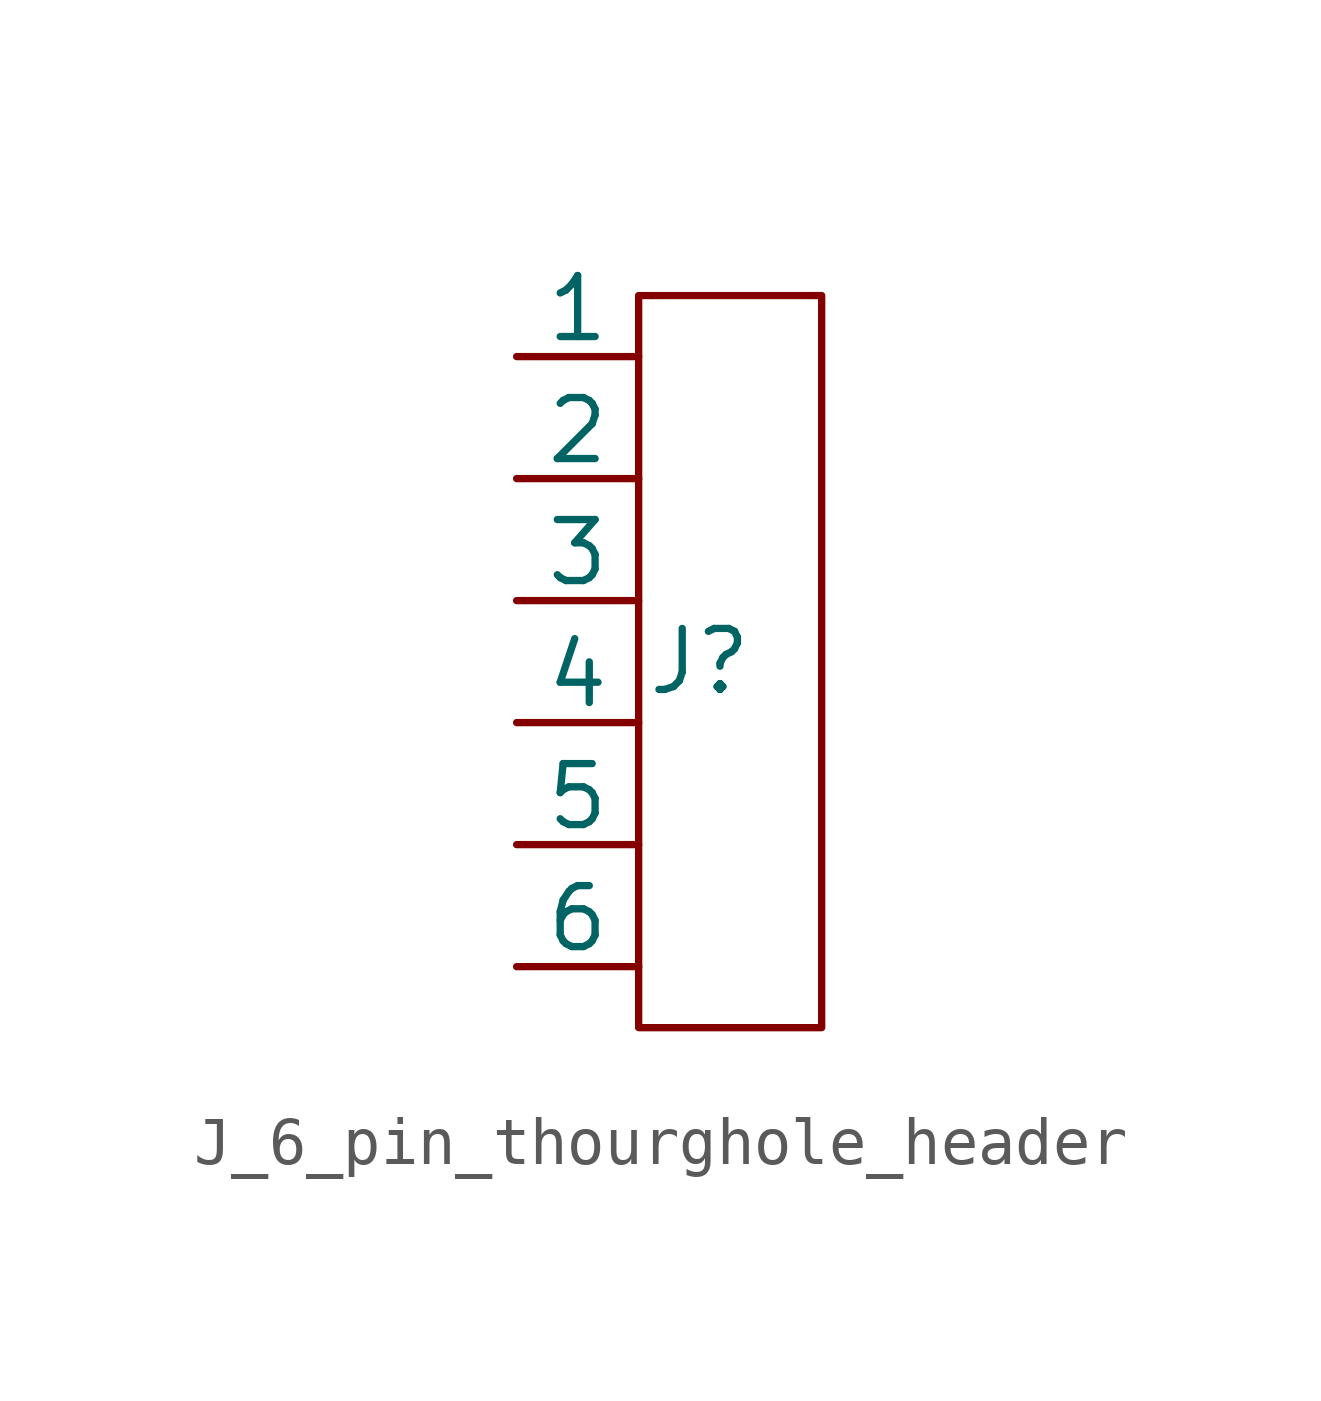
<source format=kicad_sym>
(kicad_symbol_lib
  (version 20220914)
  (generator kicad_symbol_editor)
  (symbol "J_6_pin_thourghole_header"
    (pin_numbers hide)
    (pin_names
      (offset 0))
    (property "Reference" "J"
      (at 1.27 0 0)
      (effects (font (size 1.27 1.27))))
    (symbol "J_6_pin_thourghole_header_0_1"
      (rectangle (start 0 7.62) (end 3.81 -7.62) (stroke (width 0) (type solid)) (fill (type none))))
    (symbol "J_6_pin_thourghole_header_1_1"
      (pin input line (at -2.54 6.35 0) (length 2.54) (name "1" (effects (font (size 1.27 1.27)))) (number "1" (effects (font (size 1.27 1.27)))))
      (pin input line (at -2.54 3.81 0) (length 2.54) (name "2" (effects (font (size 1.27 1.27)))) (number "2" (effects (font (size 1.27 1.27)))))
      (pin input line (at -2.54 1.27 0) (length 2.54) (name "3" (effects (font (size 1.27 1.27)))) (number "3" (effects (font (size 1.27 1.27)))))
      (pin input line (at -2.54 -1.27 0) (length 2.54) (name "4" (effects (font (size 1.27 1.27)))) (number "4" (effects (font (size 1.27 1.27)))))
      (pin input line (at -2.54 -3.81 0) (length 2.54) (name "5" (effects (font (size 1.27 1.27)))) (number "5" (effects (font (size 1.27 1.27)))))
      (pin input line (at -2.54 -6.35 0) (length 2.54) (name "6" (effects (font (size 1.27 1.27)))) (number "6" (effects (font (size 1.27 1.27))))))))
</source>
